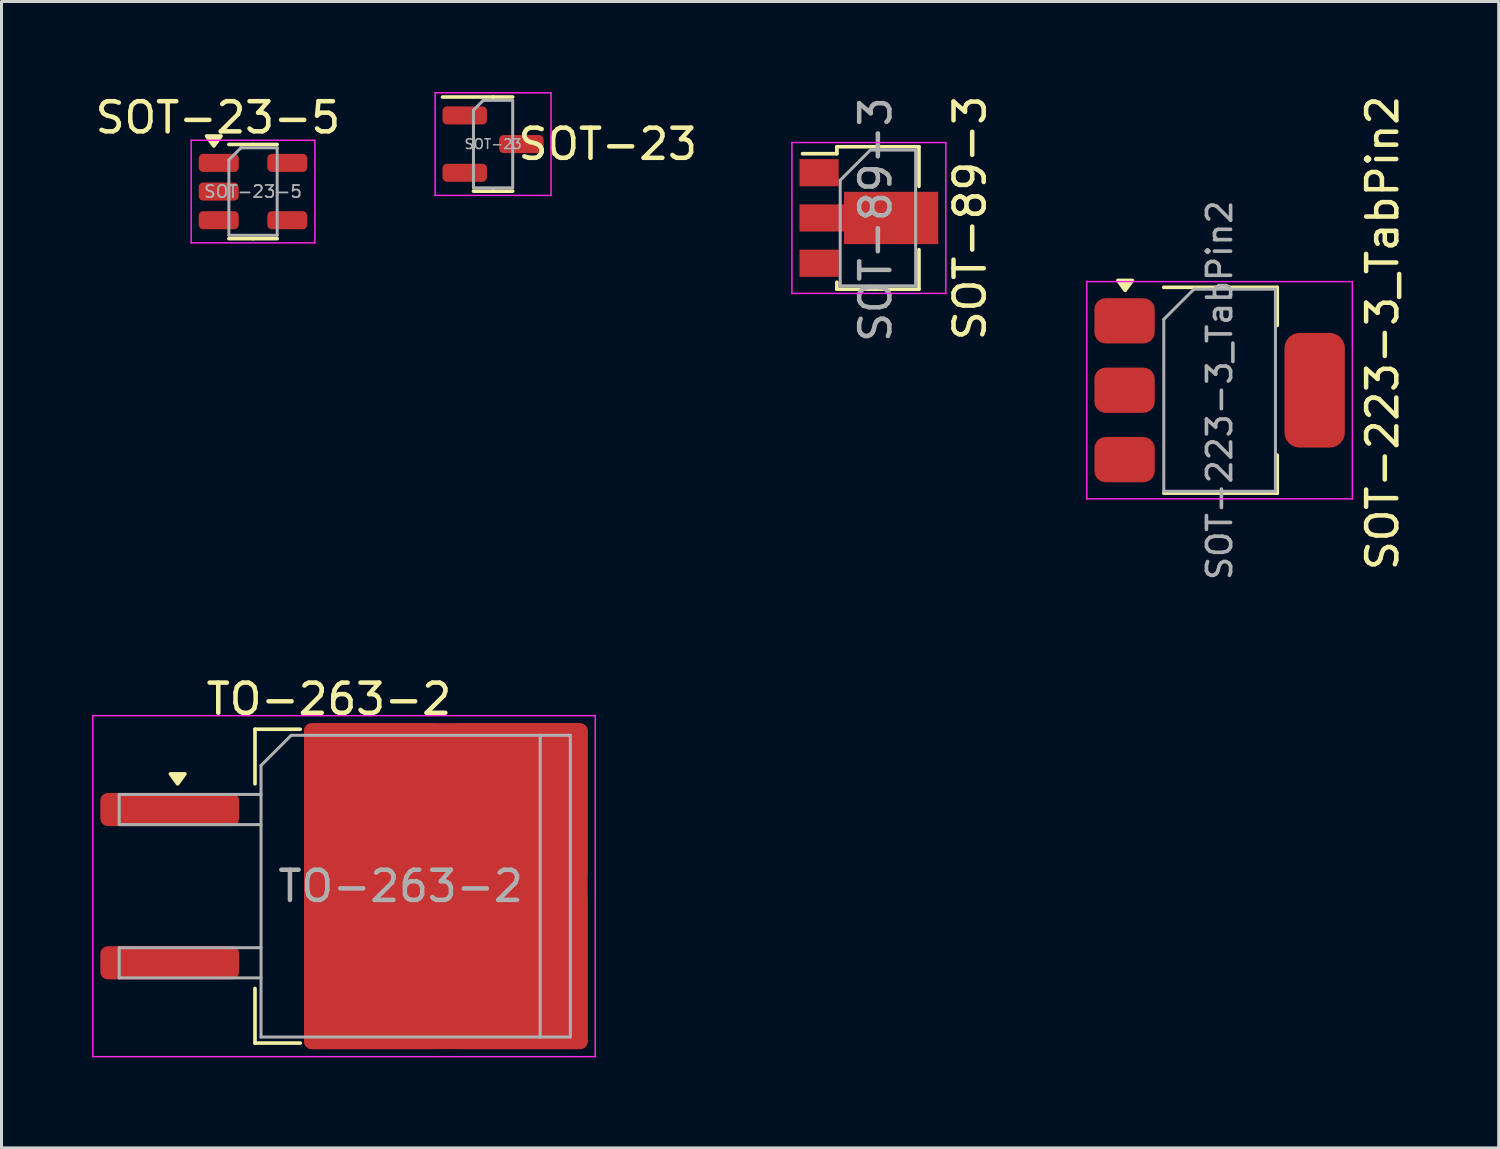
<source format=kicad_pcb>
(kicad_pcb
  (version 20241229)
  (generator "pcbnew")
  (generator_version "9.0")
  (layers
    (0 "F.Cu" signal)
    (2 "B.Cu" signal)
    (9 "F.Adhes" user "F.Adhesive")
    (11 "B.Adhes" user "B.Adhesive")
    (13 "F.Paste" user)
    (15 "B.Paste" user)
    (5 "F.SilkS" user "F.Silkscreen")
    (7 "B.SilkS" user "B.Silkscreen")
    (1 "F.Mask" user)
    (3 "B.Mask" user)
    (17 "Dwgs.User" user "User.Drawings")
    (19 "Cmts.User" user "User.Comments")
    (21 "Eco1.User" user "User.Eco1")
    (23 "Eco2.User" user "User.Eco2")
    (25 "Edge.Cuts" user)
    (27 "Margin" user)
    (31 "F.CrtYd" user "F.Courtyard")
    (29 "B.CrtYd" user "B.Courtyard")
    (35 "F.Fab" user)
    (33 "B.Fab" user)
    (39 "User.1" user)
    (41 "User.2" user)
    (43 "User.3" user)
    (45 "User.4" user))
  (footprint "SOT-23"
    (placed yes)
    (layer "F.Cu")
    (at 13.29 1.725)
    (property "Reference" "SOT-23" (at 3.8 0 0) (layer "F.SilkS") (effects (font (size 1 1) (thickness 0.15))))
    (attr smd)
    (fp_line (start 0 -1.56) (end -1.675 -1.56) (stroke (width 0.12) (type solid)) (layer "F.SilkS"))
    (fp_line (start 0 -1.56) (end 0.65 -1.56) (stroke (width 0.12) (type solid)) (layer "F.SilkS"))
    (fp_line (start 0 1.56) (end -0.65 1.56) (stroke (width 0.12) (type solid)) (layer "F.SilkS"))
    (fp_line (start 0 1.56) (end 0.65 1.56) (stroke (width 0.12) (type solid)) (layer "F.SilkS"))
    (fp_line (start -1.92 -1.7) (end -1.92 1.7) (stroke (width 0.05) (type solid)) (layer "F.CrtYd"))
    (fp_line (start -1.92 1.7) (end 1.92 1.7) (stroke (width 0.05) (type solid)) (layer "F.CrtYd"))
    (fp_line (start 1.92 -1.7) (end -1.92 -1.7) (stroke (width 0.05) (type solid)) (layer "F.CrtYd"))
    (fp_line (start 1.92 1.7) (end 1.92 -1.7) (stroke (width 0.05) (type solid)) (layer "F.CrtYd"))
    (fp_line (start -0.65 -1.125) (end -0.325 -1.45) (stroke (width 0.1) (type solid)) (layer "F.Fab"))
    (fp_line (start -0.65 1.45) (end -0.65 -1.125) (stroke (width 0.1) (type solid)) (layer "F.Fab"))
    (fp_line (start -0.325 -1.45) (end 0.65 -1.45) (stroke (width 0.1) (type solid)) (layer "F.Fab"))
    (fp_line (start 0.65 -1.45) (end 0.65 1.45) (stroke (width 0.1) (type solid)) (layer "F.Fab"))
    (fp_line (start 0.65 1.45) (end -0.65 1.45) (stroke (width 0.1) (type solid)) (layer "F.Fab"))
    (fp_text user "${REFERENCE}" (at 0 0 0) (layer "F.Fab") (effects (font (size 0.32 0.32) (thickness 0.05))))
    (pad "1" smd roundrect (at -0.938 -0.95) (size 1.475 0.6) (layers "F.Cu" "F.Mask" "F.Paste") (roundrect_rratio 0.25))
    (pad "2" smd roundrect (at -0.938 0.95) (size 1.475 0.6) (layers "F.Cu" "F.Mask" "F.Paste") (roundrect_rratio 0.25))
    (pad "3" smd roundrect (at 0.938 0) (size 1.475 0.6) (layers "F.Cu" "F.Mask" "F.Paste") (roundrect_rratio 0.25)))
  (footprint "SOT-89-3"
    (placed yes)
    (layer "F.Cu")
    (at 26.043 4.173)
    (property "Reference" "SOT-89-3" (at 3.05 0 90) (layer "F.SilkS") (effects (font (size 1 1) (thickness 0.15))))
    (attr smd)
    (fp_line (start -2.5 -2.13) (end -1.36 -2.13) (stroke (width 0.12) (type solid)) (layer "F.SilkS"))
    (fp_line (start -1.36 -2.36) (end -1.36 -2.13) (stroke (width 0.12) (type solid)) (layer "F.SilkS"))
    (fp_line (start -1.36 -2.36) (end 1.36 -2.36) (stroke (width 0.12) (type solid)) (layer "F.SilkS"))
    (fp_line (start -1.36 2.36) (end -1.36 2.13) (stroke (width 0.12) (type solid)) (layer "F.SilkS"))
    (fp_line (start 1.36 -2.36) (end 1.36 -1.05) (stroke (width 0.12) (type solid)) (layer "F.SilkS"))
    (fp_line (start 1.36 1.05) (end 1.36 2.36) (stroke (width 0.12) (type solid)) (layer "F.SilkS"))
    (fp_line (start 1.36 2.36) (end -1.36 2.36) (stroke (width 0.12) (type solid)) (layer "F.SilkS"))
    (fp_line (start -2.85 2.5) (end -2.85 -2.5) (stroke (width 0.05) (type solid)) (layer "F.CrtYd"))
    (fp_line (start -2.85 2.5) (end 2.25 2.5) (stroke (width 0.05) (type solid)) (layer "F.CrtYd"))
    (fp_line (start 2.25 -2.5) (end -2.85 -2.5) (stroke (width 0.05) (type solid)) (layer "F.CrtYd"))
    (fp_line (start 2.25 -2.5) (end 2.25 2.5) (stroke (width 0.05) (type solid)) (layer "F.CrtYd"))
    (fp_line (start -1.25 -1.25) (end -0.25 -2.25) (stroke (width 0.1) (type solid)) (layer "F.Fab"))
    (fp_line (start -1.25 2.25) (end -1.25 -1.25) (stroke (width 0.1) (type solid)) (layer "F.Fab"))
    (fp_line (start -0.25 -2.25) (end 1.25 -2.25) (stroke (width 0.1) (type solid)) (layer "F.Fab"))
    (fp_line (start 1.25 -2.25) (end 1.25 2.25) (stroke (width 0.1) (type solid)) (layer "F.Fab"))
    (fp_line (start 1.25 2.25) (end -1.25 2.25) (stroke (width 0.1) (type solid)) (layer "F.Fab"))
    (fp_text user "${REFERENCE}" (at -0.076 0.054 90) (layer "F.Fab") (effects (font (size 1 1) (thickness 0.15))))
    (pad "1" smd rect (at -1.95 -1.5) (size 1.3 0.9) (layers "F.Cu" "F.Mask" "F.Paste"))
    (pad "2" smd custom (at -1.863 0) (size 1.475 0.9) (layers "F.Cu" "F.Mask" "F.Paste") (options (anchor rect)) (primitives (gr_poly (pts (xy 3.862 0.867) (xy 0.738 0.867) (xy 0.738 -0.867) (xy 3.862 -0.867)) (width 0) (fill yes))))
    (pad "3" smd rect (at -1.95 1.5) (size 1.3 0.9) (layers "F.Cu" "F.Mask" "F.Paste")))
  (footprint "TO-263-2"
    (layer "F.Cu")
    (at 10.225 26.316)
    (property "Reference" "TO-263-2" (at -2.375 -6.2 0) (layer "F.SilkS") (effects (font (size 1 1) (thickness 0.15))))
    (attr smd)
    (fp_line (start -4.825 -5.2) (end -4.825 -3.39) (stroke (width 0.12) (type solid)) (layer "F.SilkS"))
    (fp_line (start -4.825 5.2) (end -4.825 3.39) (stroke (width 0.12) (type solid)) (layer "F.SilkS"))
    (fp_line (start -3.325 -5.2) (end -4.825 -5.2) (stroke (width 0.12) (type solid)) (layer "F.SilkS"))
    (fp_line (start -3.325 5.2) (end -4.825 5.2) (stroke (width 0.12) (type solid)) (layer "F.SilkS"))
    (fp_poly (pts (xy -7.388 -3.39) (xy -7.628 -3.72) (xy -7.147 -3.72) (xy -7.388 -3.39)) (stroke (width 0.12) (type solid)) (fill yes) (layer "F.SilkS"))
    (fp_line (start -10.2 -5.65) (end -10.2 5.65) (stroke (width 0.05) (type solid)) (layer "F.CrtYd"))
    (fp_line (start -10.2 5.65) (end 6.45 5.65) (stroke (width 0.05) (type solid)) (layer "F.CrtYd"))
    (fp_line (start 6.45 -5.65) (end -10.2 -5.65) (stroke (width 0.05) (type solid)) (layer "F.CrtYd"))
    (fp_line (start 6.45 5.65) (end 6.45 -5.65) (stroke (width 0.05) (type solid)) (layer "F.CrtYd"))
    (fp_line (start -9.325 -3.04) (end -9.325 -2.04) (stroke (width 0.1) (type solid)) (layer "F.Fab"))
    (fp_line (start -9.325 -2.04) (end -4.625 -2.04) (stroke (width 0.1) (type solid)) (layer "F.Fab"))
    (fp_line (start -9.325 2.04) (end -9.325 3.04) (stroke (width 0.1) (type solid)) (layer "F.Fab"))
    (fp_line (start -9.325 3.04) (end -4.625 3.04) (stroke (width 0.1) (type solid)) (layer "F.Fab"))
    (fp_line (start -4.625 -4) (end -3.625 -5) (stroke (width 0.1) (type solid)) (layer "F.Fab"))
    (fp_line (start -4.625 -3.04) (end -9.325 -3.04) (stroke (width 0.1) (type solid)) (layer "F.Fab"))
    (fp_line (start -4.625 2.04) (end -9.325 2.04) (stroke (width 0.1) (type solid)) (layer "F.Fab"))
    (fp_line (start -4.625 5) (end -4.625 -4) (stroke (width 0.1) (type solid)) (layer "F.Fab"))
    (fp_line (start -3.625 -5) (end 4.625 -5) (stroke (width 0.1) (type solid)) (layer "F.Fab"))
    (fp_line (start 4.625 -5) (end 4.625 5) (stroke (width 0.1) (type solid)) (layer "F.Fab"))
    (fp_line (start 4.625 -5) (end 5.625 -5) (stroke (width 0.1) (type solid)) (layer "F.Fab"))
    (fp_line (start 4.625 5) (end -4.625 5) (stroke (width 0.1) (type solid)) (layer "F.Fab"))
    (fp_line (start 5.625 -5) (end 5.625 5) (stroke (width 0.1) (type solid)) (layer "F.Fab"))
    (fp_line (start 5.625 5) (end 4.625 5) (stroke (width 0.1) (type solid)) (layer "F.Fab"))
    (fp_text user "${REFERENCE}" (at 0 0 180) (layer "F.Fab") (effects (font (size 1 1) (thickness 0.15))))
    (pad "1" smd roundrect (at -7.65 -2.54) (size 4.6 1.1) (layers "F.Cu" "F.Mask" "F.Paste") (roundrect_rratio 0.227))
    (pad "2" smd roundrect (at -0.925 -2.775) (size 4.55 5.25) (layers "F.Cu" "F.Paste") (roundrect_rratio 0.055))
    (pad "2" smd roundrect (at -0.925 2.775) (size 4.55 5.25) (layers "F.Cu" "F.Paste") (roundrect_rratio 0.055))
    (pad "2" smd roundrect (at 1.5 0) (size 9.4 10.8) (layers "F.Cu" "F.Mask") (roundrect_rratio 0.027))
    (pad "2" smd roundrect (at 3.925 -2.775) (size 4.55 5.25) (layers "F.Cu" "F.Paste") (roundrect_rratio 0.055))
    (pad "2" smd roundrect (at 3.925 2.775) (size 4.55 5.25) (layers "F.Cu" "F.Paste") (roundrect_rratio 0.055))
    (pad "3" smd roundrect (at -7.65 2.54) (size 4.6 1.1) (layers "F.Cu" "F.Mask" "F.Paste") (roundrect_rratio 0.227)))
  (footprint "SOT-223-3_TabPin2"
    (layer "F.Cu")
    (at 37.366 9.882)
    (property "Reference" "SOT-223-3_TabPin2" (at 5.4 -1.9 270) (layer "F.SilkS") (effects (font (size 1 1) (thickness 0.15))))
    (attr smd)
    (fp_line (start -1.85 -3.41) (end 1.91 -3.41) (stroke (width 0.12) (type solid)) (layer "F.SilkS"))
    (fp_line (start -1.85 3.41) (end 1.91 3.41) (stroke (width 0.12) (type solid)) (layer "F.SilkS"))
    (fp_line (start 1.91 -3.41) (end 1.91 -2.15) (stroke (width 0.12) (type solid)) (layer "F.SilkS"))
    (fp_line (start 1.91 3.41) (end 1.91 2.15) (stroke (width 0.12) (type solid)) (layer "F.SilkS"))
    (fp_poly (pts (xy -3.13 -3.31) (xy -3.37 -3.64) (xy -2.89 -3.64) (xy -3.13 -3.31)) (stroke (width 0.12) (type solid)) (fill yes) (layer "F.SilkS"))
    (fp_line (start -4.4 -3.6) (end -4.4 3.6) (stroke (width 0.05) (type solid)) (layer "F.CrtYd"))
    (fp_line (start -4.4 3.6) (end 4.4 3.6) (stroke (width 0.05) (type solid)) (layer "F.CrtYd"))
    (fp_line (start 4.4 -3.6) (end -4.4 -3.6) (stroke (width 0.05) (type solid)) (layer "F.CrtYd"))
    (fp_line (start 4.4 3.6) (end 4.4 -3.6) (stroke (width 0.05) (type solid)) (layer "F.CrtYd"))
    (fp_line (start -1.85 -2.35) (end -1.85 3.35) (stroke (width 0.1) (type solid)) (layer "F.Fab"))
    (fp_line (start -1.85 -2.35) (end -0.85 -3.35) (stroke (width 0.1) (type solid)) (layer "F.Fab"))
    (fp_line (start -1.85 3.35) (end 1.85 3.35) (stroke (width 0.1) (type solid)) (layer "F.Fab"))
    (fp_line (start -0.85 -3.35) (end 1.85 -3.35) (stroke (width 0.1) (type solid)) (layer "F.Fab"))
    (fp_line (start 1.85 -3.35) (end 1.85 3.35) (stroke (width 0.1) (type solid)) (layer "F.Fab"))
    (fp_text user "${REFERENCE}" (at 0 0 270) (layer "F.Fab") (effects (font (size 0.8 0.8) (thickness 0.12))))
    (pad "1" smd roundrect (at -3.15 -2.3) (size 2 1.5) (layers "F.Cu" "F.Mask" "F.Paste") (roundrect_rratio 0.25))
    (pad "2" smd roundrect (at -3.15 0) (size 2 1.5) (layers "F.Cu" "F.Mask" "F.Paste") (roundrect_rratio 0.25))
    (pad "2" smd roundrect (at 3.15 0) (size 2 3.8) (layers "F.Cu" "F.Mask" "F.Paste") (roundrect_rratio 0.25))
    (pad "3" smd roundrect (at -3.15 2.3) (size 2 1.5) (layers "F.Cu" "F.Mask" "F.Paste") (roundrect_rratio 0.25)))
  (footprint "SOT-23-5"
    (layer "F.Cu")
    (at 5.335 3.298)
    (property "Reference" "SOT-23-5" (at -1.163 -2.45 0) (layer "F.SilkS") (effects (font (size 1 1) (thickness 0.15))))
    (attr smd)
    (fp_line (start 0 -1.56) (end -0.8 -1.56) (stroke (width 0.12) (type solid)) (layer "F.SilkS"))
    (fp_line (start 0 -1.56) (end 0.8 -1.56) (stroke (width 0.12) (type solid)) (layer "F.SilkS"))
    (fp_line (start 0 1.56) (end -0.8 1.56) (stroke (width 0.12) (type solid)) (layer "F.SilkS"))
    (fp_line (start 0 1.56) (end 0.8 1.56) (stroke (width 0.12) (type solid)) (layer "F.SilkS"))
    (fp_poly (pts (xy -1.3 -1.51) (xy -1.54 -1.84) (xy -1.06 -1.84) (xy -1.3 -1.51)) (stroke (width 0.12) (type solid)) (fill yes) (layer "F.SilkS"))
    (fp_line (start -2.05 -1.7) (end -2.05 1.7) (stroke (width 0.05) (type solid)) (layer "F.CrtYd"))
    (fp_line (start -2.05 1.7) (end 2.05 1.7) (stroke (width 0.05) (type solid)) (layer "F.CrtYd"))
    (fp_line (start 2.05 -1.7) (end -2.05 -1.7) (stroke (width 0.05) (type solid)) (layer "F.CrtYd"))
    (fp_line (start 2.05 1.7) (end 2.05 -1.7) (stroke (width 0.05) (type solid)) (layer "F.CrtYd"))
    (fp_line (start -0.8 -1.05) (end -0.4 -1.45) (stroke (width 0.1) (type solid)) (layer "F.Fab"))
    (fp_line (start -0.8 1.45) (end -0.8 -1.05) (stroke (width 0.1) (type solid)) (layer "F.Fab"))
    (fp_line (start -0.4 -1.45) (end 0.8 -1.45) (stroke (width 0.1) (type solid)) (layer "F.Fab"))
    (fp_line (start 0.8 -1.45) (end 0.8 1.45) (stroke (width 0.1) (type solid)) (layer "F.Fab"))
    (fp_line (start 0.8 1.45) (end -0.8 1.45) (stroke (width 0.1) (type solid)) (layer "F.Fab"))
    (fp_text user "${REFERENCE}" (at 0 0 0) (layer "F.Fab") (effects (font (size 0.4 0.4) (thickness 0.06))))
    (pad "1" smd roundrect (at -1.137 -0.95) (size 1.325 0.6) (layers "F.Cu" "F.Mask" "F.Paste") (roundrect_rratio 0.25))
    (pad "2" smd roundrect (at -1.137 0) (size 1.325 0.6) (layers "F.Cu" "F.Mask" "F.Paste") (roundrect_rratio 0.25))
    (pad "3" smd roundrect (at -1.137 0.95) (size 1.325 0.6) (layers "F.Cu" "F.Mask" "F.Paste") (roundrect_rratio 0.25))
    (pad "4" smd roundrect (at 1.137 0.95) (size 1.325 0.6) (layers "F.Cu" "F.Mask" "F.Paste") (roundrect_rratio 0.25))
    (pad "5" smd roundrect (at 1.137 -0.95) (size 1.325 0.6) (layers "F.Cu" "F.Mask" "F.Paste") (roundrect_rratio 0.25)))
  (gr_rect
    (start -3 -3)
    (end 46.614 34.991)
    (stroke (width 0.1) (type default))
    (fill no)
    (layer "Edge.Cuts")))
</source>
